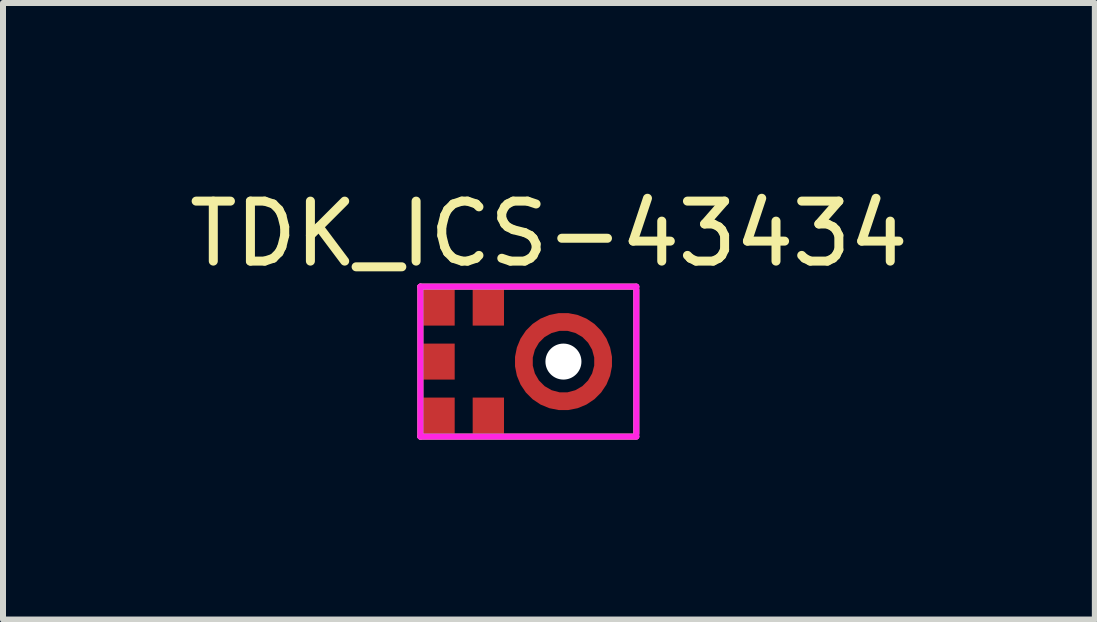
<source format=kicad_pcb>
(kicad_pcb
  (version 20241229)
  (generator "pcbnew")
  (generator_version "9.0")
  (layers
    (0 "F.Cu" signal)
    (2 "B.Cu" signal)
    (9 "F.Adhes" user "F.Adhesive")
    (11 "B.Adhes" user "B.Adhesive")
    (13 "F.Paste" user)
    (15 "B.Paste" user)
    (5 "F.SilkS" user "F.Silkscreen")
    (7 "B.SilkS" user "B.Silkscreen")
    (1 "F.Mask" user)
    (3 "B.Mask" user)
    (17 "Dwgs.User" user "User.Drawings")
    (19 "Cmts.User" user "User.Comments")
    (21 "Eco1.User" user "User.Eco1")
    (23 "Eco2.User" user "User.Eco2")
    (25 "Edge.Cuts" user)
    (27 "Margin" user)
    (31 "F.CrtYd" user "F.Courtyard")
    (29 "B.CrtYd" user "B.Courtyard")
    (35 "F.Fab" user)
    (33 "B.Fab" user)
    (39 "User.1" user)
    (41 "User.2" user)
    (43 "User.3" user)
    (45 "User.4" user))
  (footprint "TDK_ICS-43434"
    (layer "F.Cu")
    (at 5.091 2.978)
    (property "Reference" "TDK_ICS-43434" (at 1.01 -2.13 0) (layer "F.SilkS") (effects (font (size 1 1) (thickness 0.15))))
    (attr through_hole)
    (fp_line (start -1.133 -1.25) (end -1.133 1.25) (stroke (width 0.1) (type solid)) (layer "F.SilkS"))
    (fp_line (start -1.133 -1.25) (end 2.467 -1.25) (stroke (width 0.1) (type solid)) (layer "F.SilkS"))
    (fp_line (start -1.133 1.25) (end 2.467 1.25) (stroke (width 0.1) (type solid)) (layer "F.SilkS"))
    (fp_line (start 2.467 -1.2) (end 2.467 1.2) (stroke (width 0.1) (type solid)) (layer "F.SilkS"))
    (fp_arc (start 0.656608 -0.34375) (mid 0.90825 -0.595392) (end 1.252 -0.6875) (stroke (width 0.25) (type solid)) (layer "F.Paste"))
    (fp_arc (start 0.90825 0.595392) (mid 0.656608 0.34375) (end 0.5645 0) (stroke (width 0.25) (type solid)) (layer "F.Paste"))
    (fp_arc (start 1.59575 -0.595392) (mid 1.847392 -0.34375) (end 1.9395 0) (stroke (width 0.25) (type solid)) (layer "F.Paste"))
    (fp_arc (start 1.847392 0.34375) (mid 1.59575 0.595392) (end 1.252 0.6875) (stroke (width 0.25) (type solid)) (layer "F.Paste"))
    (fp_line (start -1.133 -1.25) (end -1.133 1.25) (stroke (width 0.1) (type solid)) (layer "F.CrtYd"))
    (fp_line (start -1.133 -1.25) (end 2.467 -1.25) (stroke (width 0.1) (type solid)) (layer "F.CrtYd"))
    (fp_line (start -1.133 1.25) (end 2.467 1.25) (stroke (width 0.1) (type solid)) (layer "F.CrtYd"))
    (fp_line (start 2.467 -1.25) (end 2.467 1.25) (stroke (width 0.1) (type solid)) (layer "F.CrtYd"))
    (pad "" np_thru_hole circle (at 1.252 0) (size 0.6 0.6) (drill 0.6) (layers "*.Cu" "*.Mask"))
    (pad "1" smd rect (at -0.822 0.9) (size 0.522 0.6) (layers "F.Cu" "F.Mask" "F.Paste"))
    (pad "2" smd rect (at 0 0.9) (size 0.522 0.6) (layers "F.Cu" "F.Mask" "F.Paste"))
    (pad "3" smd custom (at 1.915 0) (size 0.2 0.2) (layers "F.Cu" "F.Mask") (options (anchor circle)) (primitives (gr_circle (center -0.662 0) (end 0 0) (width 0.3) (fill no))))
    (pad "4" smd rect (at 0 -0.9) (size 0.522 0.6) (layers "F.Cu" "F.Mask" "F.Paste"))
    (pad "5" smd rect (at -0.822 -0.9) (size 0.522 0.6) (layers "F.Cu" "F.Mask" "F.Paste"))
    (pad "6" smd rect (at -0.822 0) (size 0.522 0.6) (layers "F.Cu" "F.Mask" "F.Paste")))
  (gr_rect
    (start -3 -3)
    (end 15.202 7.278)
    (stroke (width 0.1) (type default))
    (fill no)
    (layer "Edge.Cuts")))
</source>
